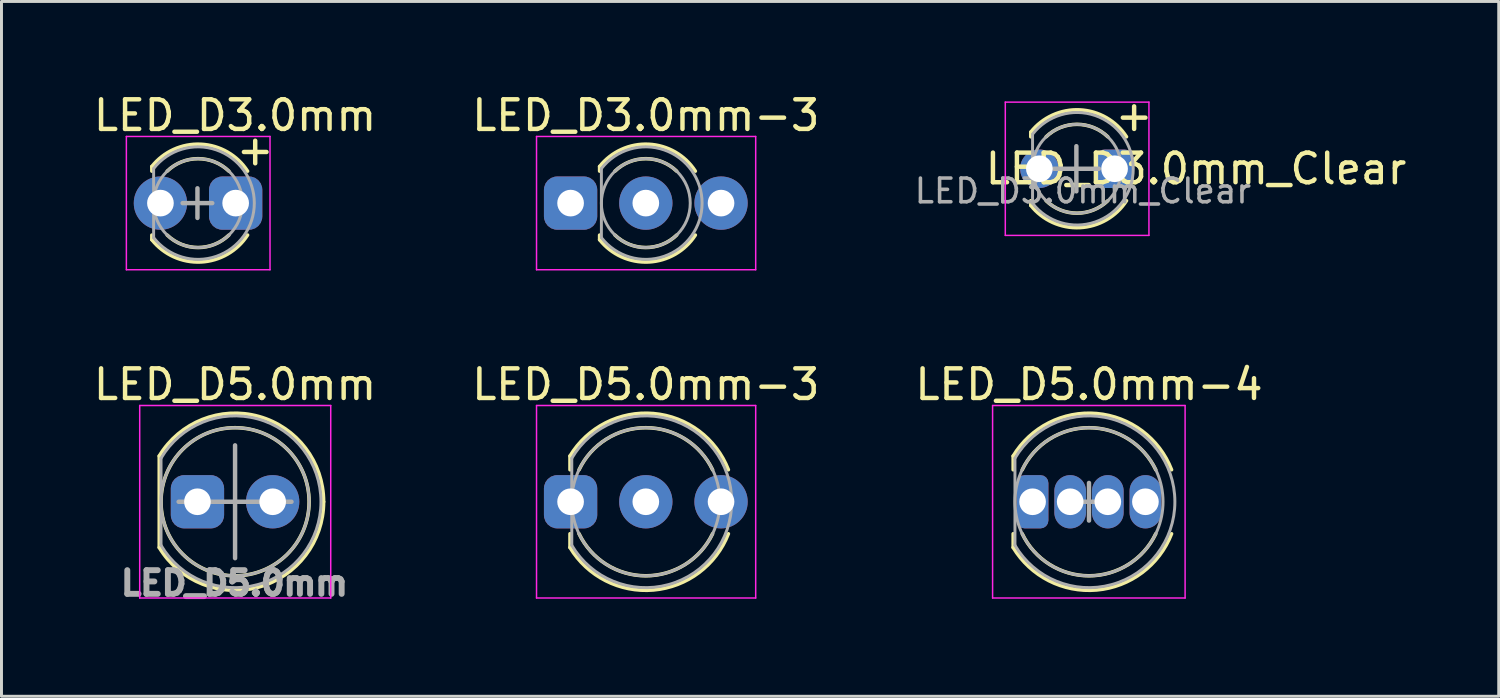
<source format=kicad_pcb>
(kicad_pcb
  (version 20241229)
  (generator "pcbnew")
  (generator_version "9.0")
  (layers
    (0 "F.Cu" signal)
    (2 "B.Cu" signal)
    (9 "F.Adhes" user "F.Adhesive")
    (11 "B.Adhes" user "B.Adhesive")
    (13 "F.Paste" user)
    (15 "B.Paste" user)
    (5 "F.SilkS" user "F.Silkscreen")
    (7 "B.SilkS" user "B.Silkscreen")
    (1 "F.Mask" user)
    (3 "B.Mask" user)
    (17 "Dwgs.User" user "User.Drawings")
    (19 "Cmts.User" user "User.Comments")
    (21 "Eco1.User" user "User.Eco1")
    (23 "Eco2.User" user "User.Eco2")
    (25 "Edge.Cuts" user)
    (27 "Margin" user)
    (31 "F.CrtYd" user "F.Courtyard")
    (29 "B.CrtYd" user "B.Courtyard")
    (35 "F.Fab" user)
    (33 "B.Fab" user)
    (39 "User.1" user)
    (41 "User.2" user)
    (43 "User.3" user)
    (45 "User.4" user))
  (footprint "LED_D5.0mm-4"
    (layer "F.Cu")
    (at 31.815 13.892)
    (property "Reference" "LED_D5.0mm-4" (at 1.905 -3.96 0) (layer "F.SilkS") (effects (font (size 1 1) (thickness 0.15))))
    (attr through_hole)
    (fp_line (start -0.655 -1.545) (end -0.655 -1.08) (stroke (width 0.12) (type solid)) (layer "F.SilkS"))
    (fp_line (start -0.655 1.08) (end -0.655 1.545) (stroke (width 0.12) (type solid)) (layer "F.SilkS"))
    (fp_arc (start -0.655 -1.54483) (mid 2.163456 -2.978809) (end 4.692815 -1.080827) (stroke (width 0.12) (type solid)) (layer "F.SilkS"))
    (fp_arc (start -0.349684 -1.08) (mid 1.904762 -2.5) (end 4.159479 -1.080429) (stroke (width 0.12) (type solid)) (layer "F.SilkS"))
    (fp_arc (start 4.159479 1.080429) (mid 1.904762 2.5) (end -0.349684 1.08) (stroke (width 0.12) (type solid)) (layer "F.SilkS"))
    (fp_arc (start 4.692815 1.080827) (mid 2.163456 2.978808) (end -0.655 1.54483) (stroke (width 0.12) (type solid)) (layer "F.SilkS"))
    (fp_line (start -1.35 -3.25) (end -1.35 3.25) (stroke (width 0.05) (type solid)) (layer "F.CrtYd"))
    (fp_line (start -1.35 3.25) (end 5.15 3.25) (stroke (width 0.05) (type solid)) (layer "F.CrtYd"))
    (fp_line (start 5.15 -3.25) (end -1.35 -3.25) (stroke (width 0.05) (type solid)) (layer "F.CrtYd"))
    (fp_line (start 5.15 3.25) (end 5.15 -3.25) (stroke (width 0.05) (type solid)) (layer "F.CrtYd"))
    (fp_line (start -0.595 -1.47) (end -0.595 1.47) (stroke (width 0.1) (type solid)) (layer "F.Fab"))
    (fp_line (start 1.27 0) (end 2.54 0) (stroke (width 0.15) (type solid)) (layer "F.Fab"))
    (fp_line (start 1.905 -0.635) (end 1.905 0.635) (stroke (width 0.15) (type solid)) (layer "F.Fab"))
    (fp_arc (start -0.595 -1.469694) (mid 4.805 0.000016) (end -0.595016 1.469666) (stroke (width 0.1) (type solid)) (layer "F.Fab"))
    (fp_circle (center 1.905 0) (end 4.405 0) (stroke (width 0.1) (type solid)) (fill no) (layer "F.Fab"))
    (pad "1" thru_hole roundrect (at 0 0) (size 1.07 1.8) (drill 0.9) (layers "*.Cu" "*.Mask") (roundrect_rratio 0.25))
    (pad "2" thru_hole oval (at 1.27 0) (size 1.07 1.8) (drill 0.9) (layers "*.Cu" "*.Mask"))
    (pad "3" thru_hole oval (at 2.54 0) (size 1.07 1.8) (drill 0.9) (layers "*.Cu" "*.Mask"))
    (pad "4" thru_hole oval (at 3.81 0) (size 1.07 1.8) (drill 0.9) (layers "*.Cu" "*.Mask")))
  (footprint "LED_D5.0mm"
    (layer "F.Cu")
    (at 3.617 13.892)
    (property "Reference" "LED_D5.0mm" (at 1.27 -3.96 0) (layer "F.SilkS") (effects (font (size 1 1) (thickness 0.15))))
    (attr through_hole)
    (fp_line (start -1.29 -1.545) (end -1.29 1.545) (stroke (width 0.12) (type solid)) (layer "F.SilkS"))
    (fp_arc (start -1.29 -1.54483) (mid 2.072002 -2.880433) (end 4.26 0.000462) (stroke (width 0.12) (type solid)) (layer "F.SilkS"))
    (fp_arc (start 4.26 -0.000462) (mid 2.072002 2.880433) (end -1.29 1.54483) (stroke (width 0.12) (type solid)) (layer "F.SilkS"))
    (fp_circle (center 1.27 0) (end 3.77 0) (stroke (width 0.12) (type solid)) (fill no) (layer "F.SilkS"))
    (fp_line (start -1.95 -3.25) (end -1.95 3.25) (stroke (width 0.05) (type solid)) (layer "F.CrtYd"))
    (fp_line (start -1.95 3.25) (end 4.5 3.25) (stroke (width 0.05) (type solid)) (layer "F.CrtYd"))
    (fp_line (start 4.5 -3.25) (end -1.95 -3.25) (stroke (width 0.05) (type solid)) (layer "F.CrtYd"))
    (fp_line (start 4.5 3.25) (end 4.5 -3.25) (stroke (width 0.05) (type solid)) (layer "F.CrtYd"))
    (fp_line (start -1.23 -1.47) (end -1.23 1.47) (stroke (width 0.1) (type solid)) (layer "F.Fab"))
    (fp_line (start -0.635 0) (end 3.175 0) (stroke (width 0.15) (type solid)) (layer "F.Fab"))
    (fp_line (start 1.27 -1.905) (end 1.27 1.905) (stroke (width 0.15) (type solid)) (layer "F.Fab"))
    (fp_arc (start -1.23 -1.469694) (mid 4.17 0.000016) (end -1.230016 1.469666) (stroke (width 0.1) (type solid)) (layer "F.Fab"))
    (fp_circle (center 1.27 0) (end 3.77 0) (stroke (width 0.1) (type solid)) (fill no) (layer "F.Fab"))
    (fp_text user "${REFERENCE}" (at 1.25 2.75 0) (layer "F.Fab") (effects (font (size 0.8 0.8) (thickness 0.2))))
    (pad "1" thru_hole roundrect (at 0 0) (size 1.8 1.8) (drill 0.9) (layers "*.Cu" "*.Mask") (roundrect_rratio 0.25))
    (pad "2" thru_hole circle (at 2.54 0) (size 1.8 1.8) (drill 0.9) (layers "*.Cu" "*.Mask")))
  (footprint "LED_D3.0mm_Clear"
    (layer "F.Cu")
    (at 33.294 2.648)
    (property "Reference" "LED_D3.0mm_Clear" (at 4.04 0 0) (layer "F.SilkS") (effects (font (size 1 1) (thickness 0.15))))
    (attr through_hole)
    (fp_line (start -1.54 -1.236) (end -1.54 -1.08) (stroke (width 0.12) (type solid)) (layer "F.SilkS"))
    (fp_line (start -1.54 1.08) (end -1.54 1.236) (stroke (width 0.12) (type solid)) (layer "F.SilkS"))
    (fp_arc (start -1.54 -1.235516) (mid 0.116487 -1.987659) (end 1.692335 -1.078608) (stroke (width 0.12) (type solid)) (layer "F.SilkS"))
    (fp_arc (start -1.020961 -1.08) (mid 0.020117 -1.5) (end 1.06113 -1.079837) (stroke (width 0.12) (type solid)) (layer "F.SilkS"))
    (fp_arc (start 1.06113 1.079837) (mid 0.020117 1.5) (end -1.020961 1.08) (stroke (width 0.12) (type solid)) (layer "F.SilkS"))
    (fp_arc (start 1.692335 1.078608) (mid 0.116487 1.987659) (end -1.54 1.235516) (stroke (width 0.12) (type solid)) (layer "F.SilkS"))
    (fp_line (start -2.4 -2.25) (end -2.4 2.25) (stroke (width 0.05) (type solid)) (layer "F.CrtYd"))
    (fp_line (start -2.4 2.25) (end 2.45 2.25) (stroke (width 0.05) (type solid)) (layer "F.CrtYd"))
    (fp_line (start 2.45 -2.25) (end -2.4 -2.25) (stroke (width 0.05) (type solid)) (layer "F.CrtYd"))
    (fp_line (start 2.45 2.25) (end 2.45 -2.25) (stroke (width 0.05) (type solid)) (layer "F.CrtYd"))
    (fp_line (start -1.48 -1.166) (end -1.48 1.166) (stroke (width 0.1) (type solid)) (layer "F.Fab"))
    (fp_line (start -0.762 0) (end 0.762 0) (stroke (width 0.15) (type solid)) (layer "F.Fab"))
    (fp_line (start 0 -0.762) (end 0 0.762) (stroke (width 0.15) (type solid)) (layer "F.Fab"))
    (fp_arc (start -1.48 -1.16619) (mid 1.92 0.000452) (end -1.480555 1.165476) (stroke (width 0.1) (type solid)) (layer "F.Fab"))
    (fp_circle (center 0.02 0) (end 1.52 0) (stroke (width 0.1) (type solid)) (fill no) (layer "F.Fab"))
    (fp_text user "+" (at 1.95 -1.8 0) (layer "F.SilkS") (effects (font (size 1 1) (thickness 0.15))))
    (fp_text user "${REFERENCE}" (at 0.22 0.75 0) (layer "F.Fab") (effects (font (size 0.8 0.8) (thickness 0.12))))
    (pad "1" thru_hole roundrect (at 1.29 0) (size 1.3 1.3) (drill 0.9) (layers "*.Cu" "*.Mask") (roundrect_rratio 0.25))
    (pad "2" thru_hole circle (at -1.25 0) (size 1.3 1.3) (drill 0.9) (layers "*.Cu" "*.Mask")))
  (footprint "LED_D3.0mm"
    (layer "F.Cu")
    (at 3.617 3.808)
    (property "Reference" "LED_D3.0mm" (at 1.27 -2.96 0) (layer "F.SilkS") (effects (font (size 1 1) (thickness 0.15))))
    (attr through_hole)
    (fp_line (start -1.54 -1.236) (end -1.54 -1.08) (stroke (width 0.12) (type solid)) (layer "F.SilkS"))
    (fp_line (start -1.54 1.08) (end -1.54 1.236) (stroke (width 0.12) (type solid)) (layer "F.SilkS"))
    (fp_arc (start -1.54 -1.235516) (mid 0.116487 -1.987659) (end 1.692335 -1.078608) (stroke (width 0.12) (type solid)) (layer "F.SilkS"))
    (fp_arc (start -1.020961 -1.08) (mid 0.020117 -1.5) (end 1.06113 -1.079837) (stroke (width 0.12) (type solid)) (layer "F.SilkS"))
    (fp_arc (start 1.06113 1.079837) (mid 0.020117 1.5) (end -1.020961 1.08) (stroke (width 0.12) (type solid)) (layer "F.SilkS"))
    (fp_arc (start 1.692335 1.078608) (mid 0.116487 1.987659) (end -1.54 1.235516) (stroke (width 0.12) (type solid)) (layer "F.SilkS"))
    (fp_line (start -2.4 -2.25) (end -2.4 2.25) (stroke (width 0.05) (type solid)) (layer "F.CrtYd"))
    (fp_line (start -2.4 2.25) (end 2.45 2.25) (stroke (width 0.05) (type solid)) (layer "F.CrtYd"))
    (fp_line (start 2.45 -2.25) (end -2.4 -2.25) (stroke (width 0.05) (type solid)) (layer "F.CrtYd"))
    (fp_line (start 2.45 2.25) (end 2.45 -2.25) (stroke (width 0.05) (type solid)) (layer "F.CrtYd"))
    (fp_line (start -1.48 -1.166) (end -1.48 1.166) (stroke (width 0.1) (type solid)) (layer "F.Fab"))
    (fp_line (start -0.5 0) (end 0.5 0) (stroke (width 0.15) (type solid)) (layer "F.Fab"))
    (fp_line (start 0 -0.5) (end 0 0.5) (stroke (width 0.15) (type solid)) (layer "F.Fab"))
    (fp_arc (start -1.48 -1.16619) (mid 1.92 0.000452) (end -1.480555 1.165476) (stroke (width 0.1) (type solid)) (layer "F.Fab"))
    (fp_circle (center 0.02 0) (end 1.52 0) (stroke (width 0.1) (type solid)) (fill no) (layer "F.Fab"))
    (fp_text user "+" (at 1.95 -1.8 0) (layer "F.SilkS") (effects (font (size 1 1) (thickness 0.15))))
    (pad "1" thru_hole roundrect (at 1.29 0) (size 1.8 1.8) (drill 0.9) (layers "*.Cu" "*.Mask") (roundrect_rratio 0.25))
    (pad "2" thru_hole circle (at -1.25 0) (size 1.8 1.8) (drill 0.9) (layers "*.Cu" "*.Mask")))
  (footprint "LED_D5.0mm-3"
    (layer "F.Cu")
    (at 16.216 13.892)
    (property "Reference" "LED_D5.0mm-3" (at 2.54 -3.96 0) (layer "F.SilkS") (effects (font (size 1 1) (thickness 0.15))))
    (attr through_hole)
    (fp_line (start -0.02 -1.545) (end -0.02 -1.08) (stroke (width 0.12) (type solid)) (layer "F.SilkS"))
    (fp_line (start -0.02 1.08) (end -0.02 1.545) (stroke (width 0.12) (type solid)) (layer "F.SilkS"))
    (fp_arc (start -0.02 -1.54483) (mid 2.798456 -2.978809) (end 5.327815 -1.080827) (stroke (width 0.12) (type solid)) (layer "F.SilkS"))
    (fp_arc (start 0.285316 -1.08) (mid 2.539762 -2.5) (end 4.794479 -1.080429) (stroke (width 0.12) (type solid)) (layer "F.SilkS"))
    (fp_arc (start 4.794479 1.080429) (mid 2.539762 2.5) (end 0.285316 1.08) (stroke (width 0.12) (type solid)) (layer "F.SilkS"))
    (fp_arc (start 5.327815 1.080827) (mid 2.798456 2.978808) (end -0.02 1.54483) (stroke (width 0.12) (type solid)) (layer "F.SilkS"))
    (fp_line (start -1.15 -3.25) (end -1.15 3.25) (stroke (width 0.05) (type solid)) (layer "F.CrtYd"))
    (fp_line (start -1.15 3.25) (end 6.25 3.25) (stroke (width 0.05) (type solid)) (layer "F.CrtYd"))
    (fp_line (start 6.25 -3.25) (end -1.15 -3.25) (stroke (width 0.05) (type solid)) (layer "F.CrtYd"))
    (fp_line (start 6.25 3.25) (end 6.25 -3.25) (stroke (width 0.05) (type solid)) (layer "F.CrtYd"))
    (fp_line (start 0.04 -1.47) (end 0.04 1.47) (stroke (width 0.1) (type solid)) (layer "F.Fab"))
    (fp_arc (start 0.04 -1.469694) (mid 5.44 0.000016) (end 0.039984 1.469666) (stroke (width 0.1) (type solid)) (layer "F.Fab"))
    (fp_circle (center 2.54 0) (end 5.04 0) (stroke (width 0.1) (type solid)) (fill no) (layer "F.Fab"))
    (pad "1" thru_hole roundrect (at 0 0) (size 1.8 1.8) (drill 0.9) (layers "*.Cu" "*.Mask") (roundrect_rratio 0.25))
    (pad "2" thru_hole circle (at 2.54 0) (size 1.8 1.8) (drill 0.9) (layers "*.Cu" "*.Mask"))
    (pad "3" thru_hole circle (at 5.08 0) (size 1.8 1.8) (drill 0.9) (layers "*.Cu" "*.Mask")))
  (footprint "LED_D3.0mm-3"
    (layer "F.Cu")
    (at 16.216 3.808)
    (property "Reference" "LED_D3.0mm-3" (at 2.54 -2.96 0) (layer "F.SilkS") (effects (font (size 1 1) (thickness 0.15))))
    (attr through_hole)
    (fp_line (start 0.98 -1.236) (end 0.98 -1.08) (stroke (width 0.12) (type solid)) (layer "F.SilkS"))
    (fp_line (start 0.98 1.08) (end 0.98 1.236) (stroke (width 0.12) (type solid)) (layer "F.SilkS"))
    (fp_arc (start 0.98 -1.235516) (mid 2.636487 -1.987659) (end 4.212335 -1.078608) (stroke (width 0.12) (type solid)) (layer "F.SilkS"))
    (fp_arc (start 1.499039 -1.08) (mid 2.540117 -1.5) (end 3.58113 -1.079837) (stroke (width 0.12) (type solid)) (layer "F.SilkS"))
    (fp_arc (start 3.58113 1.079837) (mid 2.540117 1.5) (end 1.499039 1.08) (stroke (width 0.12) (type solid)) (layer "F.SilkS"))
    (fp_arc (start 4.212335 1.078608) (mid 2.636487 1.987659) (end 0.98 1.235516) (stroke (width 0.12) (type solid)) (layer "F.SilkS"))
    (fp_line (start -1.15 -2.25) (end -1.15 2.25) (stroke (width 0.05) (type solid)) (layer "F.CrtYd"))
    (fp_line (start -1.15 2.25) (end 6.25 2.25) (stroke (width 0.05) (type solid)) (layer "F.CrtYd"))
    (fp_line (start 6.25 -2.25) (end -1.15 -2.25) (stroke (width 0.05) (type solid)) (layer "F.CrtYd"))
    (fp_line (start 6.25 2.25) (end 6.25 -2.25) (stroke (width 0.05) (type solid)) (layer "F.CrtYd"))
    (fp_line (start 1.04 -1.166) (end 1.04 1.166) (stroke (width 0.1) (type solid)) (layer "F.Fab"))
    (fp_arc (start 1.04 -1.16619) (mid 4.44 0.000452) (end 1.039445 1.165476) (stroke (width 0.1) (type solid)) (layer "F.Fab"))
    (fp_circle (center 2.54 0) (end 4.04 0) (stroke (width 0.1) (type solid)) (fill no) (layer "F.Fab"))
    (pad "1" thru_hole roundrect (at 0 0) (size 1.8 1.8) (drill 0.9) (layers "*.Cu" "*.Mask") (roundrect_rratio 0.25))
    (pad "2" thru_hole circle (at 2.54 0) (size 1.8 1.8) (drill 0.9) (layers "*.Cu" "*.Mask"))
    (pad "3" thru_hole circle (at 5.08 0) (size 1.8 1.8) (drill 0.9) (layers "*.Cu" "*.Mask")))
  (gr_rect
    (start -3 -3)
    (end 47.555 20.46)
    (stroke (width 0.1) (type default))
    (fill no)
    (layer "Edge.Cuts")))
</source>
